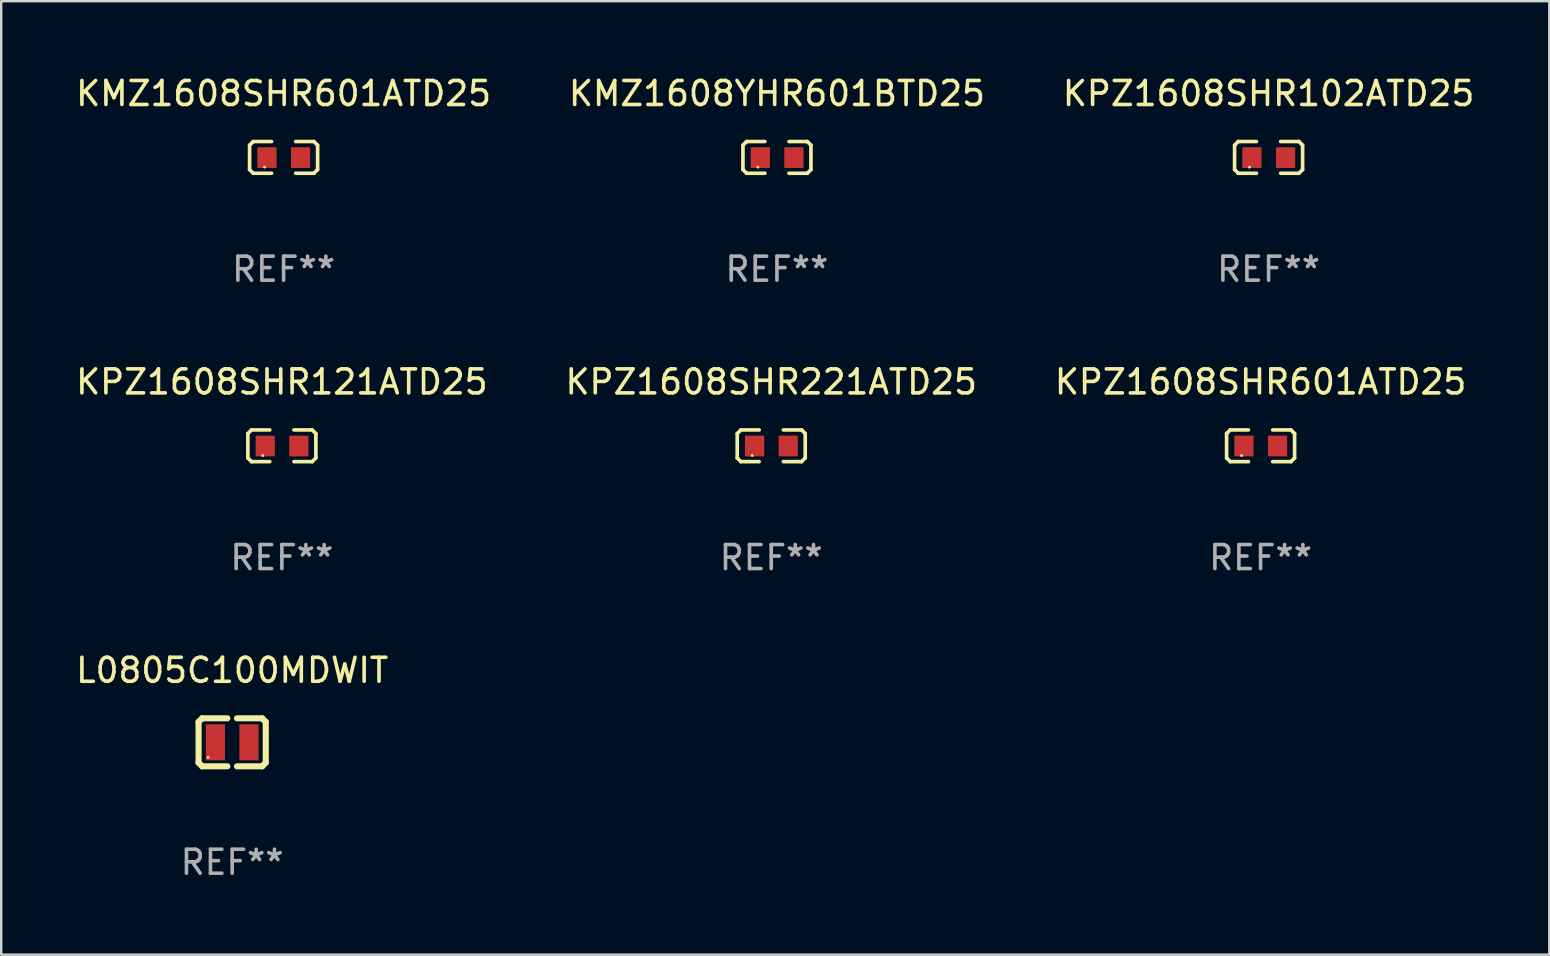
<source format=kicad_pcb>
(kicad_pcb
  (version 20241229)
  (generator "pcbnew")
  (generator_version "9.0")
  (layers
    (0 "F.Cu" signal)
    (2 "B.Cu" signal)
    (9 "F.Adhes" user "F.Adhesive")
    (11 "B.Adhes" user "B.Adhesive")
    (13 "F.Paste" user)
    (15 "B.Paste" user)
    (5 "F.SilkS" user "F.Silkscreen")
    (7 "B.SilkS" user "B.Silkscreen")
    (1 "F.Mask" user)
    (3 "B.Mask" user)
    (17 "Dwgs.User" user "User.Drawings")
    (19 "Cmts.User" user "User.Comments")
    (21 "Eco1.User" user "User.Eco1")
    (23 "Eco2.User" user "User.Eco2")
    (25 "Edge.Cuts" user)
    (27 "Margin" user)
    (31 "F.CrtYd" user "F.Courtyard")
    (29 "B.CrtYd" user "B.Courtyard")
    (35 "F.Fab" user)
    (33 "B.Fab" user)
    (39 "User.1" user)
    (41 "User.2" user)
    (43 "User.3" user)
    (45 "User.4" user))
  (footprint "KMZ1608YHR601BTD25"
    (layer "F.Cu")
    (at 29.327 3.509)
    (property "Reference" "KMZ1608YHR601BTD25" (at 0 -2.661 0) (layer "F.SilkS") (effects (font (size 1 1) (thickness 0.15))))
    (attr through_hole)
    (fp_line (start -1.417 -0.508) (end -1.265 -0.661) (stroke (width 0.152) (type solid)) (layer "F.SilkS"))
    (fp_line (start -1.417 0.508) (end -1.417 -0.508) (stroke (width 0.152) (type solid)) (layer "F.SilkS"))
    (fp_line (start -1.265 -0.661) (end -0.503 -0.661) (stroke (width 0.152) (type solid)) (layer "F.SilkS"))
    (fp_line (start -1.265 0.661) (end -1.417 0.508) (stroke (width 0.152) (type solid)) (layer "F.SilkS"))
    (fp_line (start -1.265 0.661) (end -0.503 0.661) (stroke (width 0.152) (type solid)) (layer "F.SilkS"))
    (fp_line (start 1.265 -0.661) (end 0.503 -0.661) (stroke (width 0.152) (type solid)) (layer "F.SilkS"))
    (fp_line (start 1.265 -0.661) (end 1.417 -0.508) (stroke (width 0.152) (type solid)) (layer "F.SilkS"))
    (fp_line (start 1.265 0.661) (end 0.503 0.661) (stroke (width 0.152) (type solid)) (layer "F.SilkS"))
    (fp_line (start 1.417 -0.508) (end 1.417 0.508) (stroke (width 0.152) (type solid)) (layer "F.SilkS"))
    (fp_line (start 1.417 0.508) (end 1.265 0.661) (stroke (width 0.152) (type solid)) (layer "F.SilkS"))
    (fp_circle (center -0.793 0.409) (end -0.763 0.409) (stroke (width 0.06) (type solid)) (fill no) (layer "F.SilkS"))
    (fp_text user "REF**" (at 0 4.661 0) (layer "F.Fab") (effects (font (size 1 1) (thickness 0.15))))
    (pad "1" smd rect (at -0.693 0.009 180) (size 0.8 0.864) (layers "F.Cu" "F.Mask" "F.Paste"))
    (pad "2" smd rect (at 0.707 0.009 180) (size 0.8 0.864) (layers "F.Cu" "F.Mask" "F.Paste")))
  (footprint "KPZ1608SHR102ATD25"
    (layer "F.Cu")
    (at 49.815 3.509)
    (property "Reference" "KPZ1608SHR102ATD25" (at 0 -2.661 0) (layer "F.SilkS") (effects (font (size 1 1) (thickness 0.15))))
    (attr through_hole)
    (fp_line (start -1.417 -0.508) (end -1.265 -0.661) (stroke (width 0.152) (type solid)) (layer "F.SilkS"))
    (fp_line (start -1.417 0.508) (end -1.417 -0.508) (stroke (width 0.152) (type solid)) (layer "F.SilkS"))
    (fp_line (start -1.265 -0.661) (end -0.503 -0.661) (stroke (width 0.152) (type solid)) (layer "F.SilkS"))
    (fp_line (start -1.265 0.661) (end -1.417 0.508) (stroke (width 0.152) (type solid)) (layer "F.SilkS"))
    (fp_line (start -1.265 0.661) (end -0.503 0.661) (stroke (width 0.152) (type solid)) (layer "F.SilkS"))
    (fp_line (start 1.265 -0.661) (end 0.503 -0.661) (stroke (width 0.152) (type solid)) (layer "F.SilkS"))
    (fp_line (start 1.265 -0.661) (end 1.417 -0.508) (stroke (width 0.152) (type solid)) (layer "F.SilkS"))
    (fp_line (start 1.265 0.661) (end 0.503 0.661) (stroke (width 0.152) (type solid)) (layer "F.SilkS"))
    (fp_line (start 1.417 -0.508) (end 1.417 0.508) (stroke (width 0.152) (type solid)) (layer "F.SilkS"))
    (fp_line (start 1.417 0.508) (end 1.265 0.661) (stroke (width 0.152) (type solid)) (layer "F.SilkS"))
    (fp_circle (center -0.793 0.409) (end -0.763 0.409) (stroke (width 0.06) (type solid)) (fill no) (layer "F.SilkS"))
    (fp_text user "REF**" (at 0 4.661 0) (layer "F.Fab") (effects (font (size 1 1) (thickness 0.15))))
    (pad "1" smd rect (at -0.693 0.009 180) (size 0.8 0.864) (layers "F.Cu" "F.Mask" "F.Paste"))
    (pad "2" smd rect (at 0.707 0.009 180) (size 0.8 0.864) (layers "F.Cu" "F.Mask" "F.Paste")))
  (footprint "KPZ1608SHR221ATD25"
    (layer "F.Cu")
    (at 29.089 15.527)
    (property "Reference" "KPZ1608SHR221ATD25" (at 0 -2.661 0) (layer "F.SilkS") (effects (font (size 1 1) (thickness 0.15))))
    (attr through_hole)
    (fp_line (start -1.417 -0.508) (end -1.265 -0.661) (stroke (width 0.152) (type solid)) (layer "F.SilkS"))
    (fp_line (start -1.417 0.508) (end -1.417 -0.508) (stroke (width 0.152) (type solid)) (layer "F.SilkS"))
    (fp_line (start -1.265 -0.661) (end -0.503 -0.661) (stroke (width 0.152) (type solid)) (layer "F.SilkS"))
    (fp_line (start -1.265 0.661) (end -1.417 0.508) (stroke (width 0.152) (type solid)) (layer "F.SilkS"))
    (fp_line (start -1.265 0.661) (end -0.503 0.661) (stroke (width 0.152) (type solid)) (layer "F.SilkS"))
    (fp_line (start 1.265 -0.661) (end 0.503 -0.661) (stroke (width 0.152) (type solid)) (layer "F.SilkS"))
    (fp_line (start 1.265 -0.661) (end 1.417 -0.508) (stroke (width 0.152) (type solid)) (layer "F.SilkS"))
    (fp_line (start 1.265 0.661) (end 0.503 0.661) (stroke (width 0.152) (type solid)) (layer "F.SilkS"))
    (fp_line (start 1.417 -0.508) (end 1.417 0.508) (stroke (width 0.152) (type solid)) (layer "F.SilkS"))
    (fp_line (start 1.417 0.508) (end 1.265 0.661) (stroke (width 0.152) (type solid)) (layer "F.SilkS"))
    (fp_circle (center -0.793 0.409) (end -0.763 0.409) (stroke (width 0.06) (type solid)) (fill no) (layer "F.SilkS"))
    (fp_text user "REF**" (at 0 4.661 0) (layer "F.Fab") (effects (font (size 1 1) (thickness 0.15))))
    (pad "1" smd rect (at -0.693 0.009 180) (size 0.8 0.864) (layers "F.Cu" "F.Mask" "F.Paste"))
    (pad "2" smd rect (at 0.707 0.009 180) (size 0.8 0.864) (layers "F.Cu" "F.Mask" "F.Paste")))
  (footprint "KPZ1608SHR601ATD25"
    (layer "F.Cu")
    (at 49.482 15.527)
    (property "Reference" "KPZ1608SHR601ATD25" (at 0 -2.661 0) (layer "F.SilkS") (effects (font (size 1 1) (thickness 0.15))))
    (attr through_hole)
    (fp_line (start -1.417 -0.508) (end -1.265 -0.661) (stroke (width 0.152) (type solid)) (layer "F.SilkS"))
    (fp_line (start -1.417 0.508) (end -1.417 -0.508) (stroke (width 0.152) (type solid)) (layer "F.SilkS"))
    (fp_line (start -1.265 -0.661) (end -0.503 -0.661) (stroke (width 0.152) (type solid)) (layer "F.SilkS"))
    (fp_line (start -1.265 0.661) (end -1.417 0.508) (stroke (width 0.152) (type solid)) (layer "F.SilkS"))
    (fp_line (start -1.265 0.661) (end -0.503 0.661) (stroke (width 0.152) (type solid)) (layer "F.SilkS"))
    (fp_line (start 1.265 -0.661) (end 0.503 -0.661) (stroke (width 0.152) (type solid)) (layer "F.SilkS"))
    (fp_line (start 1.265 -0.661) (end 1.417 -0.508) (stroke (width 0.152) (type solid)) (layer "F.SilkS"))
    (fp_line (start 1.265 0.661) (end 0.503 0.661) (stroke (width 0.152) (type solid)) (layer "F.SilkS"))
    (fp_line (start 1.417 -0.508) (end 1.417 0.508) (stroke (width 0.152) (type solid)) (layer "F.SilkS"))
    (fp_line (start 1.417 0.508) (end 1.265 0.661) (stroke (width 0.152) (type solid)) (layer "F.SilkS"))
    (fp_circle (center -0.793 0.409) (end -0.763 0.409) (stroke (width 0.06) (type solid)) (fill no) (layer "F.SilkS"))
    (fp_text user "REF**" (at 0 4.661 0) (layer "F.Fab") (effects (font (size 1 1) (thickness 0.15))))
    (pad "1" smd rect (at -0.693 0.009 180) (size 0.8 0.864) (layers "F.Cu" "F.Mask" "F.Paste"))
    (pad "2" smd rect (at 0.707 0.009 180) (size 0.8 0.864) (layers "F.Cu" "F.Mask" "F.Paste")))
  (footprint "KPZ1608SHR121ATD25"
    (layer "F.Cu")
    (at 8.696 15.527)
    (property "Reference" "KPZ1608SHR121ATD25" (at 0 -2.661 0) (layer "F.SilkS") (effects (font (size 1 1) (thickness 0.15))))
    (attr through_hole)
    (fp_line (start -1.417 -0.508) (end -1.265 -0.661) (stroke (width 0.152) (type solid)) (layer "F.SilkS"))
    (fp_line (start -1.417 0.508) (end -1.417 -0.508) (stroke (width 0.152) (type solid)) (layer "F.SilkS"))
    (fp_line (start -1.265 -0.661) (end -0.503 -0.661) (stroke (width 0.152) (type solid)) (layer "F.SilkS"))
    (fp_line (start -1.265 0.661) (end -1.417 0.508) (stroke (width 0.152) (type solid)) (layer "F.SilkS"))
    (fp_line (start -1.265 0.661) (end -0.503 0.661) (stroke (width 0.152) (type solid)) (layer "F.SilkS"))
    (fp_line (start 1.265 -0.661) (end 0.503 -0.661) (stroke (width 0.152) (type solid)) (layer "F.SilkS"))
    (fp_line (start 1.265 -0.661) (end 1.417 -0.508) (stroke (width 0.152) (type solid)) (layer "F.SilkS"))
    (fp_line (start 1.265 0.661) (end 0.503 0.661) (stroke (width 0.152) (type solid)) (layer "F.SilkS"))
    (fp_line (start 1.417 -0.508) (end 1.417 0.508) (stroke (width 0.152) (type solid)) (layer "F.SilkS"))
    (fp_line (start 1.417 0.508) (end 1.265 0.661) (stroke (width 0.152) (type solid)) (layer "F.SilkS"))
    (fp_circle (center -0.793 0.409) (end -0.763 0.409) (stroke (width 0.06) (type solid)) (fill no) (layer "F.SilkS"))
    (fp_text user "REF**" (at 0 4.661 0) (layer "F.Fab") (effects (font (size 1 1) (thickness 0.15))))
    (pad "1" smd rect (at -0.693 0.009 180) (size 0.8 0.864) (layers "F.Cu" "F.Mask" "F.Paste"))
    (pad "2" smd rect (at 0.707 0.009 180) (size 0.8 0.864) (layers "F.Cu" "F.Mask" "F.Paste")))
  (footprint "KMZ1608SHR601ATD25"
    (layer "F.Cu")
    (at 8.768 3.509)
    (property "Reference" "KMZ1608SHR601ATD25" (at 0 -2.661 0) (layer "F.SilkS") (effects (font (size 1 1) (thickness 0.15))))
    (attr through_hole)
    (fp_line (start -1.417 -0.508) (end -1.265 -0.661) (stroke (width 0.152) (type solid)) (layer "F.SilkS"))
    (fp_line (start -1.417 0.508) (end -1.417 -0.508) (stroke (width 0.152) (type solid)) (layer "F.SilkS"))
    (fp_line (start -1.265 -0.661) (end -0.503 -0.661) (stroke (width 0.152) (type solid)) (layer "F.SilkS"))
    (fp_line (start -1.265 0.661) (end -1.417 0.508) (stroke (width 0.152) (type solid)) (layer "F.SilkS"))
    (fp_line (start -1.265 0.661) (end -0.503 0.661) (stroke (width 0.152) (type solid)) (layer "F.SilkS"))
    (fp_line (start 1.265 -0.661) (end 0.503 -0.661) (stroke (width 0.152) (type solid)) (layer "F.SilkS"))
    (fp_line (start 1.265 -0.661) (end 1.417 -0.508) (stroke (width 0.152) (type solid)) (layer "F.SilkS"))
    (fp_line (start 1.265 0.661) (end 0.503 0.661) (stroke (width 0.152) (type solid)) (layer "F.SilkS"))
    (fp_line (start 1.417 -0.508) (end 1.417 0.508) (stroke (width 0.152) (type solid)) (layer "F.SilkS"))
    (fp_line (start 1.417 0.508) (end 1.265 0.661) (stroke (width 0.152) (type solid)) (layer "F.SilkS"))
    (fp_circle (center -0.793 0.409) (end -0.763 0.409) (stroke (width 0.06) (type solid)) (fill no) (layer "F.SilkS"))
    (fp_text user "REF**" (at 0 4.661 0) (layer "F.Fab") (effects (font (size 1 1) (thickness 0.15))))
    (pad "1" smd rect (at -0.693 0.009 180) (size 0.8 0.864) (layers "F.Cu" "F.Mask" "F.Paste"))
    (pad "2" smd rect (at 0.707 0.009 180) (size 0.8 0.864) (layers "F.Cu" "F.Mask" "F.Paste")))
  (footprint "L0805C100MDWIT"
    (layer "F.Cu")
    (at 6.625 27.884)
    (property "Reference" "L0805C100MDWIT" (at 0 -3 0) (layer "F.SilkS") (effects (font (size 1 1) (thickness 0.15))))
    (attr through_hole)
    (fp_line (start -1.4 -0.85) (end -1.4 0.85) (stroke (width 0.254) (type solid)) (layer "F.SilkS"))
    (fp_line (start -1.4 0.85) (end -1.25 1) (stroke (width 0.254) (type solid)) (layer "F.SilkS"))
    (fp_line (start -1.25 -1) (end -1.4 -0.85) (stroke (width 0.254) (type solid)) (layer "F.SilkS"))
    (fp_line (start -1.25 1) (end -0.2 1) (stroke (width 0.254) (type solid)) (layer "F.SilkS"))
    (fp_line (start -0.2 -1) (end -1.25 -1) (stroke (width 0.254) (type solid)) (layer "F.SilkS"))
    (fp_line (start 0.2 1) (end 1.25 1) (stroke (width 0.254) (type solid)) (layer "F.SilkS"))
    (fp_line (start 1.25 -1) (end 0.2 -1) (stroke (width 0.254) (type solid)) (layer "F.SilkS"))
    (fp_line (start 1.25 1) (end 1.4 0.85) (stroke (width 0.254) (type solid)) (layer "F.SilkS"))
    (fp_line (start 1.4 -0.85) (end 1.25 -1) (stroke (width 0.254) (type solid)) (layer "F.SilkS"))
    (fp_line (start 1.4 0.85) (end 1.4 -0.85) (stroke (width 0.254) (type solid)) (layer "F.SilkS"))
    (fp_circle (center -1 0.625) (end -0.97 0.625) (stroke (width 0.06) (type solid)) (fill no) (layer "F.SilkS"))
    (fp_text user "REF**" (at 0 5 0) (layer "F.Fab") (effects (font (size 1 1) (thickness 0.15))))
    (pad "1" smd rect (at -0.7 -0.000114 180) (size 0.8 1.5) (layers "F.Cu" "F.Mask" "F.Paste"))
    (pad "2" smd rect (at 0.7 -0.000114 180) (size 0.8 1.5) (layers "F.Cu" "F.Mask" "F.Paste")))
  (gr_rect
    (start -3 -3)
    (end 61.512 36.732)
    (stroke (width 0.1) (type default))
    (fill no)
    (layer "Edge.Cuts")))
</source>
